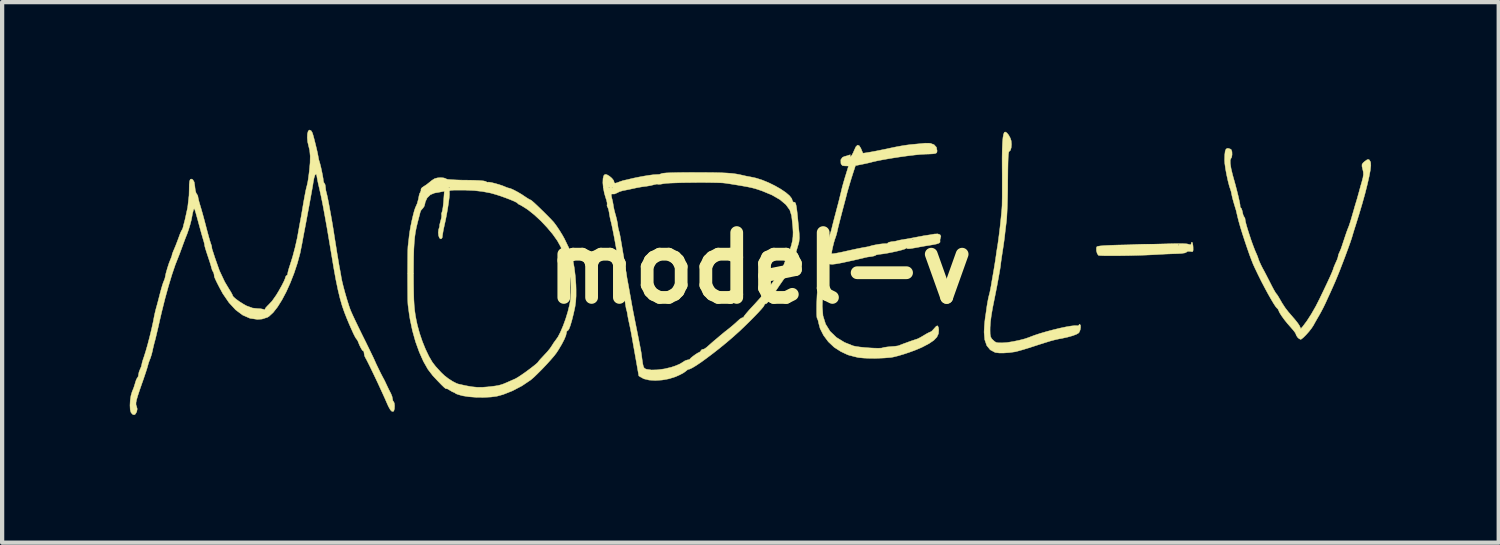
<source format=kicad_pcb>
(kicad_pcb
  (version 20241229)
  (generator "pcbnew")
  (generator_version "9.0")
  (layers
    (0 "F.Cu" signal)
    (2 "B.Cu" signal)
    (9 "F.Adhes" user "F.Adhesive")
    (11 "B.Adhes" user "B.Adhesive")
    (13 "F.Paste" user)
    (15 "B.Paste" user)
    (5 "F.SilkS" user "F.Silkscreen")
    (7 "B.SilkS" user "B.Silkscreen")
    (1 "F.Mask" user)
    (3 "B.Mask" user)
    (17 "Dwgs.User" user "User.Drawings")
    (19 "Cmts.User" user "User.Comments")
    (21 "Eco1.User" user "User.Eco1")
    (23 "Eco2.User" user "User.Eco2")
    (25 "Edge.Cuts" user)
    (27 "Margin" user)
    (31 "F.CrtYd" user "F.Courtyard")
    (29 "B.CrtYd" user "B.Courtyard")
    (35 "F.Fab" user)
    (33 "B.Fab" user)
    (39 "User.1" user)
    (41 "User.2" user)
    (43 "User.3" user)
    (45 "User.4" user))
  (footprint "model-v"
    (layer "F.Cu")
    (at 14.81 3.251)
    (property "Reference" "model-v" (at 0 0 0) (layer "F.SilkS") (effects (font (size 1.524 1.524) (thickness 0.3))))
    (attr through_hole)
    (fp_poly (pts (xy 10.169 -0.587) (xy 10.179 -0.529) (xy 10.182 -0.492) (xy 10.183 -0.422) (xy 10.174 -0.39) (xy 10.148 -0.386) (xy 10.118 -0.392) (xy 10.055 -0.395) (xy 10.03 -0.377) (xy 9.991 -0.357) (xy 9.901 -0.344) (xy 9.799 -0.339) (xy 9.671 -0.335) (xy 9.52 -0.329) (xy 9.375 -0.321) (xy 9.347 -0.319) (xy 9.212 -0.312) (xy 9.055 -0.305) (xy 8.885 -0.3) (xy 8.709 -0.295) (xy 8.535 -0.292) (xy 8.37 -0.29) (xy 8.223 -0.29) (xy 8.101 -0.291) (xy 8.012 -0.294) (xy 7.963 -0.298) (xy 7.957 -0.3) (xy 7.928 -0.342) (xy 7.91 -0.408) (xy 7.909 -0.473) (xy 7.919 -0.501) (xy 7.943 -0.512) (xy 8.002 -0.521) (xy 8.1 -0.529) (xy 8.24 -0.536) (xy 8.425 -0.542) (xy 8.573 -0.545) (xy 8.613 -0.546) (xy 9.83 -0.546) (xy 9.842 -0.533) (xy 9.855 -0.546) (xy 9.842 -0.559) (xy 9.83 -0.546) (xy 8.613 -0.546) (xy 8.779 -0.55) (xy 8.995 -0.555) (xy 9.209 -0.56) (xy 9.406 -0.566) (xy 9.571 -0.57) (xy 9.621 -0.572) (xy 9.802 -0.576) (xy 9.942 -0.575) (xy 10.037 -0.569) (xy 10.085 -0.558) (xy 10.123 -0.545) (xy 10.135 -0.566) (xy 10.135 -0.571) (xy 10.146 -0.605) (xy 10.156 -0.61) (xy 10.169 -0.587)) (stroke (width 0.01) (type solid)) (fill yes) (layer "F.SilkS"))
    (fp_poly (pts (xy 5.804 -3.179) (xy 5.847 -3.126) (xy 5.885 -3.056) (xy 5.906 -2.993) (xy 5.913 -2.908) (xy 5.906 -2.828) (xy 5.888 -2.768) (xy 5.861 -2.743) (xy 5.859 -2.743) (xy 5.85 -2.728) (xy 5.842 -2.682) (xy 5.836 -2.6) (xy 5.832 -2.48) (xy 5.829 -2.317) (xy 5.827 -2.107) (xy 5.826 -2.038) (xy 5.825 -1.84) (xy 5.821 -1.645) (xy 5.816 -1.464) (xy 5.809 -1.307) (xy 5.802 -1.181) (xy 5.795 -1.105) (xy 5.78 -0.981) (xy 5.765 -0.858) (xy 5.754 -0.756) (xy 5.752 -0.737) (xy 5.74 -0.645) (xy 5.723 -0.525) (xy 5.704 -0.399) (xy 5.699 -0.368) (xy 5.683 -0.263) (xy 5.67 -0.173) (xy 5.662 -0.114) (xy 5.661 -0.102) (xy 5.656 -0.057) (xy 5.643 0.027) (xy 5.623 0.141) (xy 5.599 0.274) (xy 5.573 0.417) (xy 5.545 0.558) (xy 5.519 0.689) (xy 5.512 0.724) (xy 5.469 0.938) (xy 5.439 1.114) (xy 5.42 1.261) (xy 5.411 1.39) (xy 5.41 1.458) (xy 5.412 1.553) (xy 5.423 1.614) (xy 5.445 1.656) (xy 5.477 1.69) (xy 5.52 1.728) (xy 5.556 1.748) (xy 5.603 1.756) (xy 5.679 1.757) (xy 5.702 1.757) (xy 5.811 1.749) (xy 5.948 1.727) (xy 6.094 1.697) (xy 6.229 1.662) (xy 6.334 1.626) (xy 6.337 1.624) (xy 6.447 1.582) (xy 6.583 1.537) (xy 6.734 1.493) (xy 6.892 1.451) (xy 7.048 1.413) (xy 7.19 1.383) (xy 7.311 1.362) (xy 7.401 1.352) (xy 7.445 1.354) (xy 7.484 1.355) (xy 7.493 1.344) (xy 7.512 1.321) (xy 7.517 1.321) (xy 7.535 1.342) (xy 7.538 1.392) (xy 7.528 1.453) (xy 7.505 1.507) (xy 7.492 1.525) (xy 7.441 1.555) (xy 7.352 1.589) (xy 7.234 1.622) (xy 7.099 1.652) (xy 7.048 1.661) (xy 6.984 1.674) (xy 6.913 1.691) (xy 6.827 1.714) (xy 6.717 1.748) (xy 6.574 1.793) (xy 6.439 1.837) (xy 6.305 1.88) (xy 6.181 1.918) (xy 6.078 1.947) (xy 6.009 1.965) (xy 5.994 1.968) (xy 5.865 1.986) (xy 5.736 1.995) (xy 5.623 1.995) (xy 5.541 1.985) (xy 5.528 1.982) (xy 5.414 1.921) (xy 5.333 1.822) (xy 5.285 1.684) (xy 5.27 1.509) (xy 5.271 1.471) (xy 5.277 1.36) (xy 5.286 1.256) (xy 5.295 1.179) (xy 5.295 1.178) (xy 5.307 1.101) (xy 5.322 0.997) (xy 5.335 0.902) (xy 5.352 0.8) (xy 5.37 0.707) (xy 5.384 0.648) (xy 5.402 0.58) (xy 5.421 0.487) (xy 5.434 0.419) (xy 5.45 0.32) (xy 5.472 0.195) (xy 5.494 0.067) (xy 5.499 0.038) (xy 5.518 -0.078) (xy 5.536 -0.188) (xy 5.548 -0.273) (xy 5.551 -0.292) (xy 5.562 -0.376) (xy 5.574 -0.449) (xy 5.575 -0.457) (xy 5.589 -0.539) (xy 5.606 -0.66) (xy 5.625 -0.806) (xy 5.644 -0.964) (xy 5.661 -1.123) (xy 5.676 -1.27) (xy 5.687 -1.392) (xy 5.692 -1.473) (xy 5.693 -1.551) (xy 5.695 -1.671) (xy 5.695 -1.823) (xy 5.695 -1.997) (xy 5.695 -2.185) (xy 5.694 -2.337) (xy 5.693 -2.587) (xy 5.696 -2.79) (xy 5.703 -2.949) (xy 5.713 -3.066) (xy 5.727 -3.145) (xy 5.745 -3.189) (xy 5.765 -3.2) (xy 5.804 -3.179)) (stroke (width 0.01) (type solid)) (fill yes) (layer "F.SilkS"))
    (fp_poly (pts (xy 11.008 -2.814) (xy 11.06 -2.797) (xy 11.08 -2.781) (xy 11.096 -2.734) (xy 11.098 -2.668) (xy 11.089 -2.607) (xy 11.071 -2.576) (xy 11.055 -2.538) (xy 11.056 -2.458) (xy 11.074 -2.343) (xy 11.108 -2.199) (xy 11.126 -2.134) (xy 11.172 -1.97) (xy 11.212 -1.816) (xy 11.246 -1.679) (xy 11.271 -1.566) (xy 11.286 -1.486) (xy 11.288 -1.446) (xy 11.288 -1.443) (xy 11.293 -1.423) (xy 11.299 -1.422) (xy 11.318 -1.4) (xy 11.337 -1.344) (xy 11.341 -1.321) (xy 11.357 -1.253) (xy 11.376 -1.21) (xy 11.381 -1.205) (xy 11.401 -1.171) (xy 11.405 -1.14) (xy 11.413 -1.091) (xy 11.435 -1.006) (xy 11.468 -0.896) (xy 11.508 -0.771) (xy 11.55 -0.644) (xy 11.593 -0.526) (xy 11.631 -0.427) (xy 11.648 -0.387) (xy 11.681 -0.312) (xy 11.703 -0.257) (xy 11.709 -0.238) (xy 11.72 -0.203) (xy 11.746 -0.14) (xy 11.78 -0.066) (xy 11.814 0.002) (xy 11.827 0.025) (xy 11.856 0.078) (xy 11.899 0.16) (xy 11.948 0.256) (xy 11.96 0.279) (xy 12.031 0.419) (xy 12.084 0.518) (xy 12.12 0.579) (xy 12.143 0.609) (xy 12.144 0.61) (xy 12.166 0.639) (xy 12.198 0.692) (xy 12.202 0.699) (xy 12.278 0.83) (xy 12.346 0.934) (xy 12.421 1.031) (xy 12.509 1.133) (xy 12.581 1.217) (xy 12.642 1.294) (xy 12.68 1.351) (xy 12.687 1.364) (xy 12.713 1.426) (xy 12.764 1.367) (xy 12.858 1.241) (xy 12.962 1.079) (xy 13.069 0.892) (xy 13.154 0.724) (xy 13.253 0.518) (xy 13.336 0.343) (xy 13.401 0.203) (xy 13.446 0.1) (xy 13.471 0.037) (xy 13.475 0.023) (xy 13.491 -0.025) (xy 13.521 -0.096) (xy 13.536 -0.129) (xy 13.568 -0.201) (xy 13.587 -0.257) (xy 13.589 -0.272) (xy 13.6 -0.322) (xy 13.613 -0.35) (xy 13.656 -0.449) (xy 13.681 -0.521) (xy 13.729 -0.667) (xy 13.765 -0.774) (xy 13.791 -0.85) (xy 13.811 -0.904) (xy 13.827 -0.945) (xy 13.831 -0.953) (xy 13.853 -1.013) (xy 13.883 -1.105) (xy 13.914 -1.211) (xy 13.92 -1.232) (xy 13.952 -1.342) (xy 13.982 -1.448) (xy 14.006 -1.528) (xy 14.009 -1.537) (xy 14.038 -1.633) (xy 14.065 -1.731) (xy 14.068 -1.74) (xy 14.089 -1.817) (xy 14.117 -1.92) (xy 14.147 -2.024) (xy 14.174 -2.126) (xy 14.185 -2.199) (xy 14.182 -2.261) (xy 14.168 -2.323) (xy 14.151 -2.395) (xy 14.153 -2.439) (xy 14.178 -2.474) (xy 14.21 -2.503) (xy 14.274 -2.549) (xy 14.316 -2.551) (xy 14.345 -2.509) (xy 14.356 -2.475) (xy 14.359 -2.409) (xy 14.347 -2.299) (xy 14.319 -2.152) (xy 14.278 -1.971) (xy 14.225 -1.76) (xy 14.16 -1.526) (xy 14.085 -1.273) (xy 14.005 -1.016) (xy 13.974 -0.92) (xy 13.95 -0.841) (xy 13.935 -0.792) (xy 13.934 -0.787) (xy 13.912 -0.713) (xy 13.874 -0.599) (xy 13.822 -0.455) (xy 13.76 -0.287) (xy 13.691 -0.105) (xy 13.687 -0.096) (xy 13.623 0.071) (xy 13.568 0.206) (xy 13.517 0.328) (xy 13.462 0.452) (xy 13.397 0.597) (xy 13.391 0.61) (xy 13.345 0.709) (xy 13.298 0.813) (xy 13.286 0.838) (xy 13.245 0.923) (xy 13.191 1.026) (xy 13.147 1.105) (xy 13.092 1.2) (xy 13.039 1.293) (xy 13.006 1.353) (xy 12.962 1.419) (xy 12.903 1.494) (xy 12.837 1.568) (xy 12.775 1.63) (xy 12.727 1.669) (xy 12.708 1.676) (xy 12.673 1.659) (xy 12.64 1.63) (xy 12.608 1.582) (xy 12.598 1.552) (xy 12.582 1.519) (xy 12.539 1.462) (xy 12.479 1.393) (xy 12.476 1.389) (xy 12.398 1.301) (xy 12.324 1.208) (xy 12.26 1.119) (xy 12.214 1.046) (xy 12.193 0.999) (xy 12.192 0.994) (xy 12.173 0.959) (xy 12.159 0.947) (xy 12.128 0.913) (xy 12.08 0.841) (xy 12.018 0.737) (xy 11.945 0.609) (xy 11.867 0.465) (xy 11.787 0.312) (xy 11.71 0.157) (xy 11.638 0.007) (xy 11.597 -0.082) (xy 11.558 -0.18) (xy 11.508 -0.313) (xy 11.453 -0.471) (xy 11.396 -0.64) (xy 11.341 -0.808) (xy 11.293 -0.964) (xy 11.256 -1.094) (xy 11.237 -1.168) (xy 11.216 -1.256) (xy 11.2 -1.325) (xy 11.192 -1.359) (xy 11.181 -1.395) (xy 11.16 -1.464) (xy 11.14 -1.53) (xy 11.115 -1.619) (xy 11.096 -1.697) (xy 11.089 -1.733) (xy 11.076 -1.797) (xy 11.066 -1.829) (xy 11.034 -1.924) (xy 11.001 -2.052) (xy 10.97 -2.194) (xy 10.944 -2.335) (xy 10.927 -2.458) (xy 10.922 -2.536) (xy 10.926 -2.665) (xy 10.936 -2.749) (xy 10.956 -2.797) (xy 10.987 -2.815) (xy 11.008 -2.814)) (stroke (width 0.01) (type solid)) (fill yes) (layer "F.SilkS"))
    (fp_poly (pts (xy 4.002 -2.934) (xy 4.093 -2.901) (xy 4.149 -2.84) (xy 4.165 -2.756) (xy 4.161 -2.728) (xy 4.152 -2.708) (xy 4.125 -2.695) (xy 4.073 -2.686) (xy 3.986 -2.681) (xy 3.886 -2.678) (xy 3.776 -2.672) (xy 3.629 -2.657) (xy 3.457 -2.636) (xy 3.272 -2.61) (xy 3.086 -2.581) (xy 2.912 -2.551) (xy 2.761 -2.522) (xy 2.647 -2.496) (xy 2.629 -2.491) (xy 2.562 -2.474) (xy 2.469 -2.453) (xy 2.399 -2.439) (xy 2.246 -2.408) (xy 2.187 -2.227) (xy 2.143 -2.088) (xy 2.101 -1.948) (xy 2.065 -1.825) (xy 2.045 -1.753) (xy 2.036 -1.716) (xy 2.016 -1.639) (xy 1.988 -1.533) (xy 1.954 -1.405) (xy 1.935 -1.333) (xy 1.899 -1.194) (xy 1.866 -1.065) (xy 1.839 -0.958) (xy 1.822 -0.884) (xy 1.818 -0.864) (xy 1.799 -0.788) (xy 1.779 -0.726) (xy 1.778 -0.724) (xy 1.758 -0.668) (xy 1.735 -0.589) (xy 1.714 -0.502) (xy 1.696 -0.421) (xy 1.687 -0.361) (xy 1.687 -0.336) (xy 1.715 -0.337) (xy 1.782 -0.347) (xy 1.876 -0.365) (xy 1.948 -0.38) (xy 2.13 -0.421) (xy 2.269 -0.451) (xy 2.373 -0.472) (xy 2.448 -0.486) (xy 2.489 -0.493) (xy 2.554 -0.505) (xy 2.591 -0.516) (xy 2.646 -0.532) (xy 2.727 -0.548) (xy 2.815 -0.563) (xy 2.896 -0.572) (xy 2.953 -0.575) (xy 2.97 -0.573) (xy 2.997 -0.578) (xy 3.002 -0.587) (xy 3.032 -0.607) (xy 3.091 -0.62) (xy 3.1 -0.621) (xy 3.171 -0.629) (xy 3.224 -0.641) (xy 3.226 -0.642) (xy 3.276 -0.655) (xy 3.348 -0.668) (xy 3.353 -0.668) (xy 3.383 -0.673) (xy 3.581 -0.673) (xy 3.594 -0.66) (xy 3.607 -0.673) (xy 3.594 -0.686) (xy 3.581 -0.673) (xy 3.383 -0.673) (xy 3.42 -0.679) (xy 3.518 -0.696) (xy 3.629 -0.717) (xy 3.658 -0.723) (xy 3.764 -0.743) (xy 3.859 -0.761) (xy 3.925 -0.771) (xy 3.937 -0.773) (xy 4.006 -0.783) (xy 4.088 -0.798) (xy 4.096 -0.8) (xy 4.178 -0.804) (xy 4.233 -0.786) (xy 4.254 -0.748) (xy 4.245 -0.717) (xy 4.232 -0.66) (xy 4.235 -0.635) (xy 4.233 -0.607) (xy 4.208 -0.586) (xy 4.153 -0.567) (xy 4.059 -0.548) (xy 3.962 -0.532) (xy 3.862 -0.516) (xy 3.741 -0.494) (xy 3.639 -0.475) (xy 3.534 -0.458) (xy 3.474 -0.455) (xy 3.454 -0.467) (xy 3.454 -0.467) (xy 3.444 -0.476) (xy 3.433 -0.462) (xy 3.402 -0.447) (xy 3.332 -0.425) (xy 3.236 -0.401) (xy 3.124 -0.376) (xy 3.008 -0.353) (xy 2.899 -0.335) (xy 2.81 -0.324) (xy 2.794 -0.322) (xy 2.74 -0.312) (xy 2.717 -0.299) (xy 2.684 -0.285) (xy 2.622 -0.272) (xy 2.602 -0.27) (xy 2.528 -0.26) (xy 2.471 -0.248) (xy 2.464 -0.246) (xy 2.426 -0.236) (xy 2.349 -0.218) (xy 2.242 -0.193) (xy 2.114 -0.165) (xy 2.051 -0.151) (xy 1.894 -0.118) (xy 1.78 -0.098) (xy 1.703 -0.089) (xy 1.658 -0.092) (xy 1.642 -0.098) (xy 1.619 -0.092) (xy 1.594 -0.042) (xy 1.568 0.045) (xy 1.543 0.162) (xy 1.519 0.302) (xy 1.498 0.458) (xy 1.481 0.623) (xy 1.47 0.791) (xy 1.466 0.902) (xy 1.483 1.121) (xy 1.544 1.316) (xy 1.649 1.485) (xy 1.798 1.629) (xy 1.99 1.747) (xy 2.19 1.827) (xy 2.254 1.841) (xy 2.349 1.855) (xy 2.463 1.867) (xy 2.584 1.876) (xy 2.698 1.882) (xy 2.795 1.883) (xy 2.86 1.88) (xy 2.879 1.875) (xy 2.92 1.864) (xy 2.995 1.853) (xy 3.08 1.845) (xy 3.169 1.838) (xy 3.237 1.829) (xy 3.268 1.821) (xy 3.301 1.807) (xy 3.368 1.781) (xy 3.454 1.75) (xy 3.544 1.717) (xy 3.625 1.69) (xy 3.681 1.671) (xy 3.696 1.667) (xy 3.73 1.652) (xy 3.793 1.618) (xy 3.855 1.581) (xy 3.929 1.537) (xy 3.987 1.508) (xy 4.012 1.499) (xy 4.041 1.48) (xy 4.084 1.435) (xy 4.099 1.417) (xy 4.148 1.364) (xy 4.179 1.357) (xy 4.197 1.398) (xy 4.204 1.453) (xy 4.197 1.541) (xy 4.16 1.621) (xy 4.088 1.697) (xy 3.975 1.774) (xy 3.819 1.856) (xy 3.78 1.874) (xy 3.664 1.923) (xy 3.527 1.974) (xy 3.384 2.022) (xy 3.249 2.062) (xy 3.136 2.09) (xy 3.079 2.1) (xy 2.922 2.113) (xy 2.755 2.12) (xy 2.592 2.121) (xy 2.445 2.115) (xy 2.328 2.104) (xy 2.286 2.096) (xy 2.208 2.077) (xy 2.152 2.062) (xy 2.134 2.057) (xy 2.099 2.049) (xy 2.095 2.048) (xy 2.062 2.036) (xy 1.996 2.006) (xy 1.912 1.966) (xy 1.9 1.96) (xy 1.746 1.861) (xy 1.608 1.731) (xy 1.495 1.579) (xy 1.415 1.42) (xy 1.382 1.297) (xy 1.367 1.229) (xy 1.35 1.186) (xy 1.345 1.181) (xy 1.339 1.152) (xy 1.335 1.083) (xy 1.334 0.982) (xy 1.335 0.859) (xy 1.336 0.821) (xy 1.343 0.649) (xy 1.352 0.507) (xy 1.367 0.374) (xy 1.389 0.227) (xy 1.409 0.114) (xy 1.418 0.072) (xy 1.438 -0.009) (xy 1.465 -0.118) (xy 1.498 -0.245) (xy 1.51 -0.292) (xy 1.555 -0.466) (xy 1.592 -0.601) (xy 1.622 -0.708) (xy 1.649 -0.797) (xy 1.671 -0.864) (xy 1.687 -0.923) (xy 1.693 -0.948) (xy 1.703 -0.99) (xy 1.723 -1.069) (xy 1.75 -1.175) (xy 1.781 -1.291) (xy 1.814 -1.417) (xy 1.845 -1.534) (xy 1.869 -1.629) (xy 1.882 -1.683) (xy 1.905 -1.777) (xy 1.928 -1.872) (xy 1.928 -1.873) (xy 1.946 -1.942) (xy 1.974 -2.041) (xy 2.007 -2.152) (xy 2.017 -2.183) (xy 2.046 -2.278) (xy 2.069 -2.352) (xy 2.081 -2.394) (xy 2.083 -2.399) (xy 2.061 -2.4) (xy 2.007 -2.401) (xy 2.002 -2.401) (xy 1.941 -2.409) (xy 1.911 -2.442) (xy 1.904 -2.464) (xy 1.902 -2.546) (xy 1.94 -2.602) (xy 1.987 -2.623) (xy 2.057 -2.642) (xy 2.093 -2.655) (xy 2.127 -2.664) (xy 2.122 -2.644) (xy 2.122 -2.643) (xy 2.117 -2.619) (xy 2.133 -2.62) (xy 2.159 -2.648) (xy 2.192 -2.71) (xy 2.215 -2.763) (xy 2.256 -2.852) (xy 2.295 -2.89) (xy 2.334 -2.877) (xy 2.373 -2.815) (xy 2.379 -2.8) (xy 2.404 -2.74) (xy 2.42 -2.705) (xy 2.422 -2.701) (xy 2.449 -2.703) (xy 2.515 -2.713) (xy 2.612 -2.729) (xy 2.73 -2.751) (xy 2.858 -2.777) (xy 2.987 -2.803) (xy 2.997 -2.806) (xy 3.178 -2.844) (xy 3.322 -2.871) (xy 3.442 -2.89) (xy 3.552 -2.904) (xy 3.607 -2.909) (xy 3.715 -2.919) (xy 3.821 -2.929) (xy 3.882 -2.936) (xy 4.002 -2.934)) (stroke (width 0.01) (type solid)) (fill yes) (layer "F.SilkS"))
    (fp_poly (pts (xy -7.427 -2.119) (xy -7.377 -2.101) (xy -7.371 -2.095) (xy -7.34 -2.086) (xy -7.267 -2.079) (xy -7.158 -2.073) (xy -7.022 -2.068) (xy -6.915 -2.067) (xy -6.732 -2.064) (xy -6.591 -2.058) (xy -6.495 -2.049) (xy -6.446 -2.038) (xy -6.443 -2.035) (xy -6.408 -2.017) (xy -6.397 -2.019) (xy -6.366 -2.02) (xy -6.302 -2.009) (xy -6.218 -1.988) (xy -6.128 -1.962) (xy -6.047 -1.935) (xy -6.003 -1.917) (xy -5.943 -1.892) (xy -5.902 -1.88) (xy -5.9 -1.88) (xy -5.854 -1.867) (xy -5.779 -1.833) (xy -5.689 -1.785) (xy -5.596 -1.73) (xy -5.531 -1.686) (xy -5.461 -1.64) (xy -5.407 -1.608) (xy -5.385 -1.6) (xy -5.361 -1.583) (xy -5.309 -1.538) (xy -5.237 -1.471) (xy -5.153 -1.39) (xy -5.065 -1.304) (xy -4.98 -1.219) (xy -4.906 -1.143) (xy -4.851 -1.084) (xy -4.837 -1.067) (xy -4.779 -0.989) (xy -4.71 -0.886) (xy -4.644 -0.779) (xy -4.593 -0.688) (xy -4.586 -0.673) (xy -4.544 -0.586) (xy -4.496 -0.487) (xy -4.478 -0.453) (xy -4.435 -0.34) (xy -4.395 -0.187) (xy -4.362 -0.006) (xy -4.338 0.191) (xy -4.323 0.394) (xy -4.32 0.499) (xy -4.32 0.657) (xy -4.328 0.787) (xy -4.345 0.91) (xy -4.375 1.049) (xy -4.381 1.076) (xy -4.422 1.239) (xy -4.457 1.355) (xy -4.486 1.43) (xy -4.511 1.467) (xy -4.525 1.473) (xy -4.543 1.495) (xy -4.547 1.525) (xy -4.561 1.587) (xy -4.6 1.68) (xy -4.66 1.795) (xy -4.736 1.922) (xy -4.783 1.994) (xy -4.836 2.063) (xy -4.917 2.157) (xy -5.015 2.265) (xy -5.12 2.376) (xy -5.224 2.48) (xy -5.315 2.568) (xy -5.385 2.628) (xy -5.388 2.63) (xy -5.593 2.768) (xy -5.814 2.884) (xy -6.034 2.971) (xy -6.179 3.011) (xy -6.318 3.03) (xy -6.487 3.039) (xy -6.667 3.037) (xy -6.838 3.024) (xy -6.981 3.002) (xy -6.985 3.001) (xy -7.07 2.978) (xy -7.133 2.957) (xy -7.159 2.941) (xy -7.188 2.921) (xy -7.193 2.921) (xy -7.229 2.907) (xy -7.284 2.874) (xy -7.289 2.871) (xy -7.339 2.841) (xy -7.37 2.833) (xy -7.372 2.834) (xy -7.389 2.83) (xy -7.425 2.8) (xy -7.485 2.742) (xy -7.572 2.652) (xy -7.689 2.527) (xy -7.693 2.522) (xy -7.803 2.378) (xy -7.908 2.193) (xy -8.006 1.973) (xy -8.094 1.729) (xy -8.167 1.468) (xy -8.223 1.2) (xy -8.244 1.067) (xy -8.256 0.976) (xy -8.267 0.896) (xy -8.271 0.864) (xy -8.274 0.817) (xy -8.277 0.729) (xy -8.278 0.608) (xy -8.279 0.462) (xy -8.28 0.3) (xy -8.28 0.132) (xy -8.28 0.127) (xy -8.141 0.127) (xy -8.14 0.37) (xy -8.137 0.57) (xy -8.133 0.736) (xy -8.125 0.876) (xy -8.113 0.998) (xy -8.097 1.112) (xy -8.076 1.224) (xy -8.051 1.34) (xy -7.999 1.53) (xy -7.934 1.722) (xy -7.859 1.907) (xy -7.779 2.074) (xy -7.699 2.211) (xy -7.624 2.309) (xy -7.623 2.31) (xy -7.582 2.355) (xy -7.524 2.418) (xy -7.497 2.448) (xy -7.419 2.523) (xy -7.321 2.599) (xy -7.218 2.665) (xy -7.126 2.712) (xy -7.087 2.725) (xy -6.912 2.764) (xy -6.772 2.789) (xy -6.649 2.801) (xy -6.53 2.802) (xy -6.398 2.792) (xy -6.306 2.782) (xy -6.221 2.771) (xy -6.154 2.76) (xy -6.094 2.745) (xy -6.028 2.723) (xy -5.947 2.689) (xy -5.838 2.641) (xy -5.745 2.6) (xy -5.693 2.57) (xy -5.616 2.52) (xy -5.525 2.457) (xy -5.431 2.388) (xy -5.342 2.32) (xy -5.269 2.262) (xy -5.222 2.22) (xy -5.21 2.205) (xy -5.189 2.175) (xy -5.141 2.122) (xy -5.077 2.054) (xy -5.071 2.047) (xy -4.997 1.968) (xy -4.932 1.888) (xy -4.891 1.828) (xy -4.848 1.759) (xy -4.807 1.703) (xy -4.802 1.697) (xy -4.746 1.618) (xy -4.685 1.499) (xy -4.623 1.353) (xy -4.564 1.191) (xy -4.513 1.023) (xy -4.473 0.86) (xy -4.457 0.775) (xy -4.447 0.685) (xy -4.442 0.571) (xy -4.441 0.449) (xy -4.444 0.34) (xy -4.452 0.26) (xy -4.453 0.254) (xy -4.464 0.197) (xy -4.479 0.109) (xy -4.495 0.013) (xy -4.52 -0.101) (xy -4.555 -0.216) (xy -4.585 -0.292) (xy -4.628 -0.384) (xy -4.669 -0.473) (xy -4.685 -0.508) (xy -4.759 -0.642) (xy -4.867 -0.794) (xy -4.999 -0.952) (xy -5.146 -1.108) (xy -5.299 -1.25) (xy -5.447 -1.368) (xy -5.488 -1.396) (xy -5.567 -1.446) (xy -5.63 -1.483) (xy -5.665 -1.498) (xy -5.666 -1.499) (xy -5.689 -1.516) (xy -5.69 -1.52) (xy -5.712 -1.539) (xy -5.773 -1.57) (xy -5.863 -1.608) (xy -5.97 -1.649) (xy -6.086 -1.691) (xy -6.201 -1.728) (xy -6.303 -1.757) (xy -6.337 -1.766) (xy -6.523 -1.801) (xy -6.719 -1.823) (xy -6.94 -1.833) (xy -7.197 -1.832) (xy -7.205 -1.831) (xy -7.271 -1.827) (xy -7.298 -1.812) (xy -7.298 -1.782) (xy -7.297 -1.778) (xy -7.296 -1.731) (xy -7.303 -1.645) (xy -7.318 -1.531) (xy -7.338 -1.4) (xy -7.362 -1.262) (xy -7.388 -1.13) (xy -7.405 -1.054) (xy -7.44 -0.894) (xy -7.461 -0.767) (xy -7.466 -0.718) (xy -7.488 -0.689) (xy -7.503 -0.686) (xy -7.532 -0.708) (xy -7.552 -0.764) (xy -7.559 -0.836) (xy -7.551 -0.907) (xy -7.545 -0.924) (xy -7.53 -0.972) (xy -7.529 -0.991) (xy -7.528 -1.012) (xy -7.515 -1.068) (xy -7.504 -1.108) (xy -7.485 -1.181) (xy -7.479 -1.234) (xy -7.482 -1.247) (xy -7.483 -1.285) (xy -7.472 -1.314) (xy -7.46 -1.359) (xy -7.447 -1.44) (xy -7.436 -1.542) (xy -7.433 -1.583) (xy -7.417 -1.807) (xy -7.487 -1.793) (xy -7.563 -1.779) (xy -7.645 -1.765) (xy -7.744 -1.725) (xy -7.821 -1.65) (xy -7.866 -1.552) (xy -7.87 -1.525) (xy -7.888 -1.456) (xy -7.921 -1.407) (xy -7.924 -1.405) (xy -7.967 -1.355) (xy -7.983 -1.315) (xy -7.996 -1.263) (xy -8.018 -1.179) (xy -8.044 -1.079) (xy -8.047 -1.067) (xy -8.074 -0.955) (xy -8.096 -0.844) (xy -8.112 -0.728) (xy -8.124 -0.598) (xy -8.133 -0.446) (xy -8.138 -0.264) (xy -8.14 -0.045) (xy -8.141 0.127) (xy -8.28 0.127) (xy -8.279 -0.034) (xy -8.278 -0.189) (xy -8.277 -0.325) (xy -8.275 -0.433) (xy -8.272 -0.503) (xy -8.27 -0.521) (xy -8.262 -0.589) (xy -8.251 -0.682) (xy -8.244 -0.749) (xy -8.229 -0.859) (xy -8.207 -0.985) (xy -8.18 -1.116) (xy -8.151 -1.239) (xy -8.124 -1.343) (xy -8.1 -1.415) (xy -8.091 -1.435) (xy -8.054 -1.519) (xy -8.024 -1.631) (xy -8.012 -1.699) (xy -7.996 -1.756) (xy -7.979 -1.784) (xy -7.964 -1.828) (xy -7.967 -1.843) (xy -7.956 -1.877) (xy -7.936 -1.892) (xy -7.315 -1.892) (xy -7.303 -1.88) (xy -7.29 -1.892) (xy -7.303 -1.905) (xy -7.315 -1.892) (xy -7.936 -1.892) (xy -7.91 -1.913) (xy -7.908 -1.914) (xy -7.835 -1.961) (xy -7.772 -2.011) (xy -7.707 -2.063) (xy -7.645 -2.102) (xy -7.581 -2.12) (xy -7.502 -2.126) (xy -7.427 -2.119)) (stroke (width 0.01) (type solid)) (fill yes) (layer "F.SilkS"))
    (fp_poly (pts (xy -1.297 -2.247) (xy -1.086 -2.245) (xy -0.913 -2.241) (xy -0.772 -2.234) (xy -0.655 -2.225) (xy -0.558 -2.212) (xy -0.472 -2.196) (xy -0.419 -2.184) (xy -0.327 -2.163) (xy -0.238 -2.146) (xy -0.229 -2.145) (xy -0.093 -2.116) (xy 0.055 -2.069) (xy 0.206 -2.007) (xy 0.354 -1.934) (xy 0.489 -1.857) (xy 0.606 -1.778) (xy 0.695 -1.702) (xy 0.749 -1.633) (xy 0.762 -1.589) (xy 0.781 -1.554) (xy 0.798 -1.549) (xy 0.815 -1.548) (xy 0.829 -1.539) (xy 0.84 -1.517) (xy 0.851 -1.478) (xy 0.862 -1.416) (xy 0.874 -1.324) (xy 0.887 -1.2) (xy 0.903 -1.035) (xy 0.923 -0.826) (xy 0.925 -0.8) (xy 0.928 -0.708) (xy 0.92 -0.624) (xy 0.915 -0.597) (xy 0.895 -0.53) (xy 0.868 -0.439) (xy 0.848 -0.368) (xy 0.824 -0.296) (xy 0.786 -0.199) (xy 0.741 -0.091) (xy 0.693 0.017) (xy 0.648 0.115) (xy 0.611 0.188) (xy 0.586 0.227) (xy 0.585 0.229) (xy 0.566 0.254) (xy 0.525 0.312) (xy 0.469 0.393) (xy 0.419 0.467) (xy 0.329 0.6) (xy 0.263 0.697) (xy 0.216 0.763) (xy 0.183 0.805) (xy 0.162 0.827) (xy 0.146 0.836) (xy 0.133 0.838) (xy 0.105 0.858) (xy 0.102 0.874) (xy 0.084 0.905) (xy 0.035 0.964) (xy -0.04 1.046) (xy -0.136 1.146) (xy -0.246 1.257) (xy -0.365 1.373) (xy -0.487 1.489) (xy -0.512 1.511) (xy -0.649 1.634) (xy -0.797 1.76) (xy -0.95 1.885) (xy -1.102 2.004) (xy -1.248 2.114) (xy -1.381 2.211) (xy -1.497 2.289) (xy -1.59 2.345) (xy -1.654 2.375) (xy -1.677 2.378) (xy -1.703 2.391) (xy -1.747 2.427) (xy -1.748 2.428) (xy -1.799 2.464) (xy -1.882 2.508) (xy -1.978 2.551) (xy -1.988 2.555) (xy -2.138 2.602) (xy -2.299 2.631) (xy -2.459 2.641) (xy -2.604 2.632) (xy -2.721 2.604) (xy -2.75 2.59) (xy -2.808 2.558) (xy -2.842 2.536) (xy -2.846 2.533) (xy -2.85 2.507) (xy -2.862 2.44) (xy -2.88 2.339) (xy -2.902 2.213) (xy -2.923 2.095) (xy -2.95 1.943) (xy -2.976 1.798) (xy -2.998 1.672) (xy -3.015 1.577) (xy -3.022 1.537) (xy -3.043 1.429) (xy -3.067 1.314) (xy -3.074 1.283) (xy -3.093 1.195) (xy -3.107 1.118) (xy -3.111 1.092) (xy -3.122 1.027) (xy -3.133 0.991) (xy -3.144 0.948) (xy -3.157 0.87) (xy -3.172 0.774) (xy -3.173 0.762) (xy -3.192 0.631) (xy -3.216 0.469) (xy -3.246 0.285) (xy -3.279 0.086) (xy -3.315 -0.121) (xy -3.351 -0.327) (xy -3.387 -0.524) (xy -3.42 -0.706) (xy -3.451 -0.865) (xy -3.477 -0.992) (xy -3.497 -1.08) (xy -3.504 -1.105) (xy -3.521 -1.178) (xy -3.538 -1.271) (xy -3.542 -1.301) (xy -3.557 -1.375) (xy -3.574 -1.425) (xy -3.582 -1.435) (xy -3.594 -1.468) (xy -3.591 -1.486) (xy -3.59 -1.531) (xy -3.606 -1.6) (xy -3.617 -1.631) (xy -3.641 -1.711) (xy -3.494 -1.711) (xy -3.48 -1.643) (xy -3.47 -1.605) (xy -3.458 -1.552) (xy -3.445 -1.478) (xy -3.443 -1.46) (xy -3.425 -1.369) (xy -3.399 -1.269) (xy -3.391 -1.245) (xy -3.366 -1.148) (xy -3.346 -1.051) (xy -3.343 -1.029) (xy -3.333 -0.954) (xy -3.32 -0.897) (xy -3.318 -0.889) (xy -3.307 -0.853) (xy -3.294 -0.798) (xy -3.278 -0.714) (xy -3.257 -0.592) (xy -3.249 -0.546) (xy -3.233 -0.451) (xy -3.219 -0.367) (xy -3.212 -0.326) (xy -3.201 -0.258) (xy -3.188 -0.171) (xy -3.185 -0.149) (xy -3.17 -0.044) (xy -3.16 0.02) (xy -3.154 0.053) (xy -3.151 0.063) (xy -3.15 0.064) (xy -3.145 0.086) (xy -3.136 0.14) (xy -3.135 0.15) (xy -3.123 0.232) (xy -3.11 0.302) (xy -3.099 0.359) (xy -3.083 0.447) (xy -3.064 0.552) (xy -3.061 0.572) (xy -3.032 0.733) (xy -3.007 0.874) (xy -2.982 1.008) (xy -2.954 1.149) (xy -2.922 1.311) (xy -2.882 1.509) (xy -2.882 1.511) (xy -2.852 1.659) (xy -2.826 1.794) (xy -2.804 1.906) (xy -2.79 1.986) (xy -2.785 2.019) (xy -2.767 2.155) (xy -2.753 2.249) (xy -2.739 2.309) (xy -2.722 2.345) (xy -2.698 2.365) (xy -2.666 2.377) (xy -2.658 2.379) (xy -2.547 2.395) (xy -2.405 2.391) (xy -2.244 2.369) (xy -2.083 2.331) (xy -1.98 2.296) (xy -1.888 2.257) (xy -1.824 2.22) (xy -1.821 2.217) (xy -1.76 2.178) (xy -1.707 2.159) (xy -1.702 2.159) (xy -1.658 2.15) (xy -1.647 2.14) (xy -1.62 2.111) (xy -1.568 2.069) (xy -1.507 2.025) (xy -1.454 1.992) (xy -1.427 1.981) (xy -1.398 1.961) (xy -1.387 1.941) (xy -1.359 1.911) (xy -1.342 1.911) (xy -1.307 1.901) (xy -1.253 1.864) (xy -1.229 1.843) (xy -1.155 1.777) (xy -1.081 1.712) (xy -1.068 1.702) (xy -1 1.645) (xy -0.938 1.592) (xy -0.933 1.587) (xy -0.883 1.546) (xy -0.81 1.486) (xy -0.736 1.429) (xy -0.652 1.36) (xy -0.572 1.291) (xy -0.523 1.245) (xy -0.469 1.197) (xy -0.424 1.17) (xy -0.415 1.168) (xy -0.384 1.156) (xy -0.381 1.148) (xy -0.365 1.121) (xy -0.322 1.068) (xy -0.262 0.998) (xy -0.248 0.982) (xy -0.12 0.844) (xy -0.023 0.737) (xy 0.048 0.657) (xy 0.098 0.6) (xy 0.131 0.56) (xy 0.152 0.532) (xy 0.161 0.516) (xy 0.2 0.46) (xy 0.221 0.436) (xy 0.256 0.395) (xy 0.302 0.333) (xy 0.349 0.264) (xy 0.386 0.205) (xy 0.406 0.168) (xy 0.406 0.164) (xy 0.421 0.136) (xy 0.457 0.083) (xy 0.479 0.054) (xy 0.529 -0.017) (xy 0.565 -0.084) (xy 0.571 -0.102) (xy 0.595 -0.165) (xy 0.631 -0.244) (xy 0.641 -0.265) (xy 0.674 -0.342) (xy 0.711 -0.445) (xy 0.742 -0.544) (xy 0.764 -0.64) (xy 0.777 -0.736) (xy 0.78 -0.843) (xy 0.773 -0.974) (xy 0.756 -1.138) (xy 0.745 -1.232) (xy 0.703 -1.366) (xy 0.612 -1.491) (xy 0.472 -1.609) (xy 0.285 -1.717) (xy 0.052 -1.814) (xy -0.051 -1.849) (xy -0.118 -1.87) (xy -0.192 -1.889) (xy -0.281 -1.908) (xy -0.391 -1.928) (xy -0.532 -1.952) (xy -0.712 -1.981) (xy -0.813 -1.996) (xy -0.883 -2.003) (xy -0.993 -2.007) (xy -1.133 -2.01) (xy -1.294 -2.012) (xy -1.468 -2.012) (xy -1.645 -2.01) (xy -1.816 -2.008) (xy -1.972 -2.003) (xy -2.105 -1.998) (xy -2.204 -1.992) (xy -2.259 -1.985) (xy -2.331 -1.972) (xy -2.382 -1.969) (xy -2.393 -1.972) (xy -2.429 -1.974) (xy -2.49 -1.96) (xy -2.496 -1.958) (xy -2.575 -1.939) (xy -2.67 -1.923) (xy -2.692 -1.921) (xy -2.78 -1.909) (xy -2.89 -1.889) (xy -2.974 -1.871) (xy -3.074 -1.849) (xy -3.164 -1.831) (xy -3.219 -1.821) (xy -3.299 -1.797) (xy -3.359 -1.767) (xy -3.417 -1.742) (xy -3.463 -1.742) (xy -3.488 -1.742) (xy -3.494 -1.711) (xy -3.641 -1.711) (xy -3.655 -1.758) (xy -3.68 -1.886) (xy -3.681 -1.892) (xy -3.556 -1.892) (xy -3.543 -1.88) (xy -3.531 -1.892) (xy -3.48 -1.892) (xy -3.467 -1.88) (xy -3.454 -1.892) (xy -3.467 -1.905) (xy -3.48 -1.892) (xy -3.531 -1.892) (xy -3.543 -1.905) (xy -3.556 -1.892) (xy -3.681 -1.892) (xy -3.691 -2.005) (xy -3.687 -2.104) (xy -3.669 -2.174) (xy -3.641 -2.202) (xy -3.597 -2.196) (xy -3.538 -2.162) (xy -3.48 -2.113) (xy -3.439 -2.062) (xy -3.429 -2.032) (xy -3.423 -2.002) (xy -3.398 -1.995) (xy -3.345 -2.01) (xy -3.289 -2.032) (xy -3.223 -2.054) (xy -3.175 -2.066) (xy -3.103 -2.081) (xy -3.061 -2.092) (xy -2.964 -2.115) (xy -2.846 -2.139) (xy -2.722 -2.162) (xy -2.604 -2.181) (xy -2.505 -2.194) (xy -2.44 -2.198) (xy -2.432 -2.198) (xy -2.363 -2.202) (xy -2.314 -2.22) (xy -2.278 -2.229) (xy -2.196 -2.237) (xy -2.066 -2.242) (xy -1.889 -2.246) (xy -1.662 -2.248) (xy -1.552 -2.248) (xy -1.297 -2.247)) (stroke (width 0.01) (type solid)) (fill yes) (layer "F.SilkS"))
    (fp_poly (pts (xy -10.549 -3.23) (xy -10.52 -3.183) (xy -10.502 -3.127) (xy -10.477 -3.036) (xy -10.449 -2.925) (xy -10.421 -2.81) (xy -10.397 -2.706) (xy -10.382 -2.626) (xy -10.378 -2.603) (xy -10.366 -2.541) (xy -10.357 -2.515) (xy -10.34 -2.457) (xy -10.318 -2.37) (xy -10.296 -2.269) (xy -10.277 -2.173) (xy -10.264 -2.097) (xy -10.262 -2.065) (xy -10.251 -2.014) (xy -10.236 -1.994) (xy -10.218 -1.959) (xy -10.211 -1.907) (xy -10.202 -1.828) (xy -10.186 -1.763) (xy -10.174 -1.716) (xy -10.155 -1.628) (xy -10.132 -1.511) (xy -10.107 -1.373) (xy -10.08 -1.225) (xy -10.054 -1.077) (xy -10.031 -0.938) (xy -10.017 -0.851) (xy -9.992 -0.689) (xy -9.965 -0.521) (xy -9.939 -0.356) (xy -9.914 -0.208) (xy -9.894 -0.086) (xy -9.879 -0.003) (xy -9.878 0) (xy -9.861 0.091) (xy -9.847 0.17) (xy -9.842 0.203) (xy -9.823 0.301) (xy -9.791 0.433) (xy -9.75 0.585) (xy -9.703 0.745) (xy -9.655 0.897) (xy -9.631 0.965) (xy -9.608 1.022) (xy -9.566 1.116) (xy -9.509 1.237) (xy -9.441 1.378) (xy -9.367 1.53) (xy -9.345 1.575) (xy -9.269 1.727) (xy -9.199 1.87) (xy -9.138 1.996) (xy -9.09 2.095) (xy -9.06 2.16) (xy -9.055 2.172) (xy -9.018 2.254) (xy -8.968 2.358) (xy -8.915 2.466) (xy -8.867 2.559) (xy -8.839 2.61) (xy -8.814 2.659) (xy -8.779 2.733) (xy -8.762 2.769) (xy -8.723 2.851) (xy -8.685 2.925) (xy -8.674 2.946) (xy -8.646 3.014) (xy -8.636 3.066) (xy -8.626 3.117) (xy -8.611 3.137) (xy -8.593 3.172) (xy -8.586 3.235) (xy -8.589 3.303) (xy -8.603 3.355) (xy -8.613 3.367) (xy -8.647 3.369) (xy -8.685 3.332) (xy -8.73 3.253) (xy -8.776 3.15) (xy -8.811 3.069) (xy -8.86 2.961) (xy -8.918 2.835) (xy -8.981 2.698) (xy -9.047 2.559) (xy -9.111 2.425) (xy -9.169 2.305) (xy -9.218 2.207) (xy -9.253 2.139) (xy -9.271 2.108) (xy -9.271 2.108) (xy -9.291 2.066) (xy -9.304 1.998) (xy -9.306 1.977) (xy -9.316 1.946) (xy -9.326 1.946) (xy -9.345 1.931) (xy -9.375 1.882) (xy -9.41 1.812) (xy -9.442 1.734) (xy -9.449 1.714) (xy -9.474 1.675) (xy -9.487 1.66) (xy -9.511 1.622) (xy -9.55 1.546) (xy -9.598 1.44) (xy -9.654 1.313) (xy -9.712 1.174) (xy -9.766 1.036) (xy -9.818 0.887) (xy -9.868 0.713) (xy -9.917 0.509) (xy -9.967 0.268) (xy -10.018 -0.015) (xy -10.045 -0.178) (xy -10.112 -0.578) (xy -10.171 -0.928) (xy -10.225 -1.23) (xy -10.272 -1.485) (xy -10.314 -1.693) (xy -10.35 -1.855) (xy -10.353 -1.868) (xy -10.379 -1.979) (xy -10.399 -2.075) (xy -10.411 -2.143) (xy -10.414 -2.166) (xy -10.425 -2.203) (xy -10.436 -2.21) (xy -10.457 -2.186) (xy -10.479 -2.117) (xy -10.499 -2.011) (xy -10.505 -1.968) (xy -10.515 -1.91) (xy -10.533 -1.808) (xy -10.558 -1.669) (xy -10.589 -1.498) (xy -10.626 -1.301) (xy -10.666 -1.086) (xy -10.696 -0.927) (xy -10.719 -0.808) (xy -10.739 -0.701) (xy -10.754 -0.62) (xy -10.76 -0.584) (xy -10.806 -0.353) (xy -10.87 -0.117) (xy -10.948 0.118) (xy -11.037 0.346) (xy -11.133 0.559) (xy -11.235 0.751) (xy -11.338 0.915) (xy -11.44 1.045) (xy -11.538 1.135) (xy -11.572 1.156) (xy -11.702 1.198) (xy -11.809 1.206) (xy -11.985 1.18) (xy -12.156 1.105) (xy -12.321 0.982) (xy -12.477 0.813) (xy -12.623 0.6) (xy -12.701 0.457) (xy -12.757 0.348) (xy -12.793 0.273) (xy -12.814 0.225) (xy -12.824 0.192) (xy -12.827 0.166) (xy -12.827 0.16) (xy -12.839 0.107) (xy -12.851 0.088) (xy -12.874 0.045) (xy -12.887 0) (xy -12.901 -0.052) (xy -12.927 -0.137) (xy -12.961 -0.24) (xy -12.977 -0.288) (xy -13.01 -0.388) (xy -13.035 -0.468) (xy -13.048 -0.519) (xy -13.05 -0.529) (xy -13.054 -0.563) (xy -13.069 -0.623) (xy -13.073 -0.635) (xy -13.088 -0.685) (xy -13.106 -0.747) (xy -13.129 -0.828) (xy -13.159 -0.937) (xy -13.198 -1.08) (xy -13.236 -1.218) (xy -13.264 -1.318) (xy -13.283 -1.376) (xy -13.296 -1.396) (xy -13.307 -1.385) (xy -13.316 -1.357) (xy -13.337 -1.273) (xy -13.349 -1.206) (xy -13.365 -1.124) (xy -13.394 -1.014) (xy -13.429 -0.899) (xy -13.465 -0.797) (xy -13.474 -0.775) (xy -13.499 -0.714) (xy -13.533 -0.623) (xy -13.571 -0.521) (xy -13.575 -0.508) (xy -13.611 -0.411) (xy -13.642 -0.327) (xy -13.664 -0.272) (xy -13.666 -0.267) (xy -13.741 -0.077) (xy -13.82 0.156) (xy -13.901 0.425) (xy -13.983 0.722) (xy -14.062 1.039) (xy -14.107 1.232) (xy -14.139 1.376) (xy -14.171 1.51) (xy -14.197 1.621) (xy -14.217 1.7) (xy -14.225 1.727) (xy -14.246 1.809) (xy -14.269 1.906) (xy -14.275 1.939) (xy -14.298 2.031) (xy -14.326 2.118) (xy -14.336 2.142) (xy -14.367 2.223) (xy -14.388 2.299) (xy -14.403 2.351) (xy -14.431 2.439) (xy -14.469 2.552) (xy -14.512 2.678) (xy -14.522 2.704) (xy -14.58 2.872) (xy -14.622 2.999) (xy -14.649 3.092) (xy -14.663 3.159) (xy -14.664 3.206) (xy -14.656 3.239) (xy -14.649 3.253) (xy -14.635 3.311) (xy -14.647 3.377) (xy -14.678 3.431) (xy -14.709 3.449) (xy -14.748 3.434) (xy -14.782 3.393) (xy -14.8 3.325) (xy -14.805 3.225) (xy -14.799 3.11) (xy -14.782 2.998) (xy -14.755 2.905) (xy -14.75 2.895) (xy -14.716 2.81) (xy -14.686 2.715) (xy -14.682 2.7) (xy -14.66 2.631) (xy -14.637 2.585) (xy -14.63 2.578) (xy -14.61 2.543) (xy -14.605 2.507) (xy -14.593 2.444) (xy -14.567 2.378) (xy -14.54 2.316) (xy -14.529 2.27) (xy -14.521 2.228) (xy -14.5 2.156) (xy -14.477 2.089) (xy -14.435 1.957) (xy -14.388 1.792) (xy -14.34 1.608) (xy -14.295 1.422) (xy -14.257 1.249) (xy -14.236 1.136) (xy -14.22 1.062) (xy -14.197 0.968) (xy -14.186 0.927) (xy -14.162 0.841) (xy -14.132 0.727) (xy -14.101 0.607) (xy -14.095 0.584) (xy -14.067 0.48) (xy -14.04 0.39) (xy -14.019 0.329) (xy -14.014 0.318) (xy -13.988 0.252) (xy -13.979 0.216) (xy -13.96 0.122) (xy -13.927 0.006) (xy -13.889 -0.112) (xy -13.851 -0.209) (xy -13.84 -0.235) (xy -13.821 -0.285) (xy -13.818 -0.305) (xy -13.808 -0.342) (xy -13.783 -0.406) (xy -13.769 -0.438) (xy -13.734 -0.521) (xy -13.693 -0.627) (xy -13.662 -0.711) (xy -13.631 -0.796) (xy -13.604 -0.859) (xy -13.588 -0.889) (xy -13.588 -0.889) (xy -13.57 -0.921) (xy -13.556 -0.965) (xy -13.54 -1.032) (xy -13.518 -1.115) (xy -13.514 -1.13) (xy -13.449 -1.427) (xy -13.417 -1.709) (xy -13.414 -1.836) (xy -13.412 -1.964) (xy -13.403 -2.047) (xy -13.385 -2.088) (xy -13.357 -2.093) (xy -13.328 -2.077) (xy -13.296 -2.023) (xy -13.28 -1.922) (xy -13.279 -1.909) (xy -13.269 -1.828) (xy -13.252 -1.767) (xy -13.24 -1.747) (xy -13.211 -1.7) (xy -13.208 -1.68) (xy -13.2 -1.635) (xy -13.181 -1.559) (xy -13.156 -1.473) (xy -13.129 -1.383) (xy -13.094 -1.26) (xy -13.056 -1.12) (xy -13.019 -0.979) (xy -13.019 -0.978) (xy -12.985 -0.849) (xy -12.953 -0.732) (xy -12.926 -0.639) (xy -12.908 -0.582) (xy -12.906 -0.577) (xy -12.887 -0.521) (xy -12.882 -0.488) (xy -12.877 -0.451) (xy -12.871 -0.432) (xy -12.856 -0.387) (xy -12.832 -0.313) (xy -12.813 -0.254) (xy -12.703 0.058) (xy -12.578 0.324) (xy -12.478 0.491) (xy -12.433 0.563) (xy -12.402 0.62) (xy -12.394 0.644) (xy -12.373 0.677) (xy -12.316 0.727) (xy -12.235 0.786) (xy -12.138 0.847) (xy -12.067 0.887) (xy -11.924 0.939) (xy -11.811 0.951) (xy -11.73 0.956) (xy -11.671 0.968) (xy -11.653 0.978) (xy -11.636 0.984) (xy -11.634 0.97) (xy -11.615 0.933) (xy -11.57 0.884) (xy -11.555 0.87) (xy -11.466 0.776) (xy -11.367 0.635) (xy -11.313 0.546) (xy -11.236 0.409) (xy -11.183 0.304) (xy -11.155 0.235) (xy -11.151 0.215) (xy -11.136 0.182) (xy -11.125 0.178) (xy -11.103 0.157) (xy -11.099 0.133) (xy -11.091 0.087) (xy -11.07 0.01) (xy -11.046 -0.064) (xy -10.982 -0.267) (xy -10.923 -0.49) (xy -10.874 -0.707) (xy -10.857 -0.8) (xy -10.842 -0.886) (xy -10.82 -1.007) (xy -10.794 -1.147) (xy -10.783 -1.206) (xy -10.773 -1.265) (xy -10.757 -1.358) (xy -10.738 -1.469) (xy -10.729 -1.524) (xy -10.708 -1.642) (xy -10.687 -1.753) (xy -10.67 -1.839) (xy -10.664 -1.865) (xy -10.642 -1.952) (xy -10.626 -2.024) (xy -10.614 -2.099) (xy -10.601 -2.195) (xy -10.591 -2.273) (xy -10.572 -2.473) (xy -10.569 -2.633) (xy -10.581 -2.765) (xy -10.606 -2.868) (xy -10.629 -2.966) (xy -10.638 -3.066) (xy -10.634 -3.154) (xy -10.617 -3.219) (xy -10.589 -3.246) (xy -10.549 -3.23)) (stroke (width 0.01) (type solid)) (fill yes) (layer "F.SilkS")))
  (gr_rect
    (start -3 -3)
    (end 32.175 9.705)
    (stroke (width 0.1) (type default))
    (fill no)
    (layer "Edge.Cuts")))
</source>
